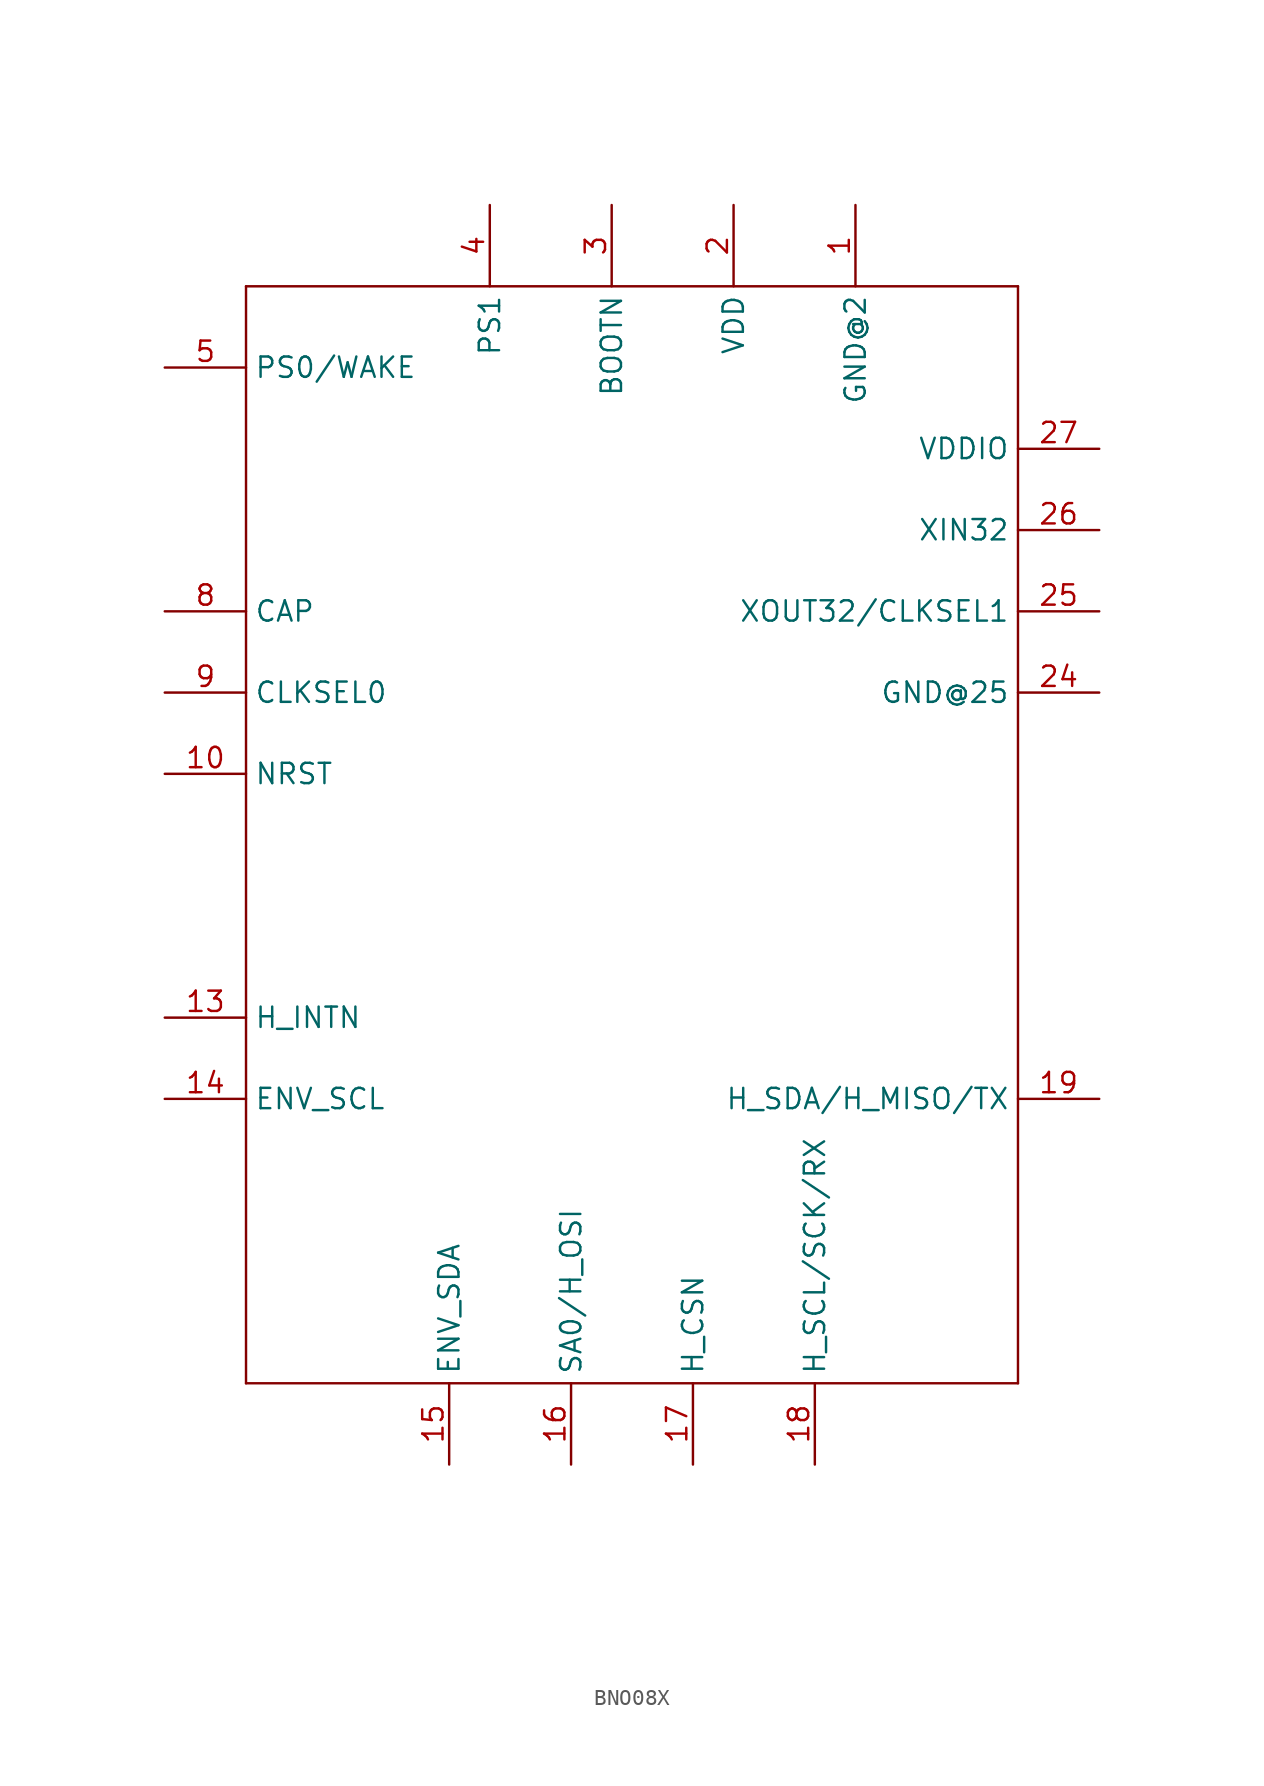
<source format=kicad_sym>
(kicad_symbol_lib
  (version 20231120)
  (generator "kicad_symbol_editor")
  (generator_version "8.0")
  (symbol "BNO08X"
    (property "Reference" ""
      (at -5.08 25.4 0)
      (effects (font (size 1.778 1.511)) (justify left bottom) (hide yes)))
    (property "Value" ""
      (at -5.08 -63.5 0)
      (effects (font (size 1.778 1.511)) (justify left bottom)))
    (property "ki_locked" ""
      (at 0 0 0)
      (effects (font (size 1.27 1.27))))
    (symbol "BNO08X_1_0"
      (polyline (pts (xy -20.32 -53.34) (xy -20.32 15.24)) (stroke (width 0.152) (type solid)) (fill (type none)))
      (polyline (pts (xy -20.32 15.24) (xy 27.94 15.24)) (stroke (width 0.152) (type solid)) (fill (type none)))
      (polyline (pts (xy 27.94 -53.34) (xy -20.32 -53.34)) (stroke (width 0.152) (type solid)) (fill (type none)))
      (polyline (pts (xy 27.94 15.24) (xy 27.94 -53.34)) (stroke (width 0.152) (type solid)) (fill (type none)))
      (pin bidirectional line (at 17.78 20.32 270) (length 5.08) (name "GND@2" (effects (font (size 1.27 1.27)))) (number "1" (effects (font (size 1.27 1.27)))))
      (pin bidirectional line (at -25.4 -15.24 0) (length 5.08) (name "NRST" (effects (font (size 1.27 1.27)))) (number "10" (effects (font (size 1.27 1.27)))))
      (pin bidirectional line (at -25.4 -30.48 0) (length 5.08) (name "H_INTN" (effects (font (size 1.27 1.27)))) (number "13" (effects (font (size 1.27 1.27)))))
      (pin bidirectional line (at -25.4 -35.56 0) (length 5.08) (name "ENV_SCL" (effects (font (size 1.27 1.27)))) (number "14" (effects (font (size 1.27 1.27)))))
      (pin bidirectional line (at -7.62 -58.42 90) (length 5.08) (name "ENV_SDA" (effects (font (size 1.27 1.27)))) (number "15" (effects (font (size 1.27 1.27)))))
      (pin bidirectional line (at 0 -58.42 90) (length 5.08) (name "SA0/H_OSI" (effects (font (size 1.27 1.27)))) (number "16" (effects (font (size 1.27 1.27)))))
      (pin bidirectional line (at 7.62 -58.42 90) (length 5.08) (name "H_CSN" (effects (font (size 1.27 1.27)))) (number "17" (effects (font (size 1.27 1.27)))))
      (pin bidirectional line (at 15.24 -58.42 90) (length 5.08) (name "H_SCL/SCK/RX" (effects (font (size 1.27 1.27)))) (number "18" (effects (font (size 1.27 1.27)))))
      (pin bidirectional line (at 33.02 -35.56 180) (length 5.08) (name "H_SDA/H_MISO/TX" (effects (font (size 1.27 1.27)))) (number "19" (effects (font (size 1.27 1.27)))))
      (pin bidirectional line (at 10.16 20.32 270) (length 5.08) (name "VDD" (effects (font (size 1.27 1.27)))) (number "2" (effects (font (size 1.27 1.27)))))
      (pin bidirectional line (at 33.02 -10.16 180) (length 5.08) (name "GND@25" (effects (font (size 1.27 1.27)))) (number "24" (effects (font (size 1.27 1.27)))))
      (pin bidirectional line (at 33.02 -5.08 180) (length 5.08) (name "XOUT32/CLKSEL1" (effects (font (size 1.27 1.27)))) (number "25" (effects (font (size 1.27 1.27)))))
      (pin bidirectional line (at 33.02 0 180) (length 5.08) (name "XIN32" (effects (font (size 1.27 1.27)))) (number "26" (effects (font (size 1.27 1.27)))))
      (pin bidirectional line (at 33.02 5.08 180) (length 5.08) (name "VDDIO" (effects (font (size 1.27 1.27)))) (number "27" (effects (font (size 1.27 1.27)))))
      (pin bidirectional line (at 2.54 20.32 270) (length 5.08) (name "BOOTN" (effects (font (size 1.27 1.27)))) (number "3" (effects (font (size 1.27 1.27)))))
      (pin bidirectional line (at -5.08 20.32 270) (length 5.08) (name "PS1" (effects (font (size 1.27 1.27)))) (number "4" (effects (font (size 1.27 1.27)))))
      (pin bidirectional line (at -25.4 10.16 0) (length 5.08) (name "PS0/WAKE" (effects (font (size 1.27 1.27)))) (number "5" (effects (font (size 1.27 1.27)))))
      (pin bidirectional line (at -25.4 -5.08 0) (length 5.08) (name "CAP" (effects (font (size 1.27 1.27)))) (number "8" (effects (font (size 1.27 1.27)))))
      (pin bidirectional line (at -25.4 -10.16 0) (length 5.08) (name "CLKSEL0" (effects (font (size 1.27 1.27)))) (number "9" (effects (font (size 1.27 1.27))))))))
</source>
